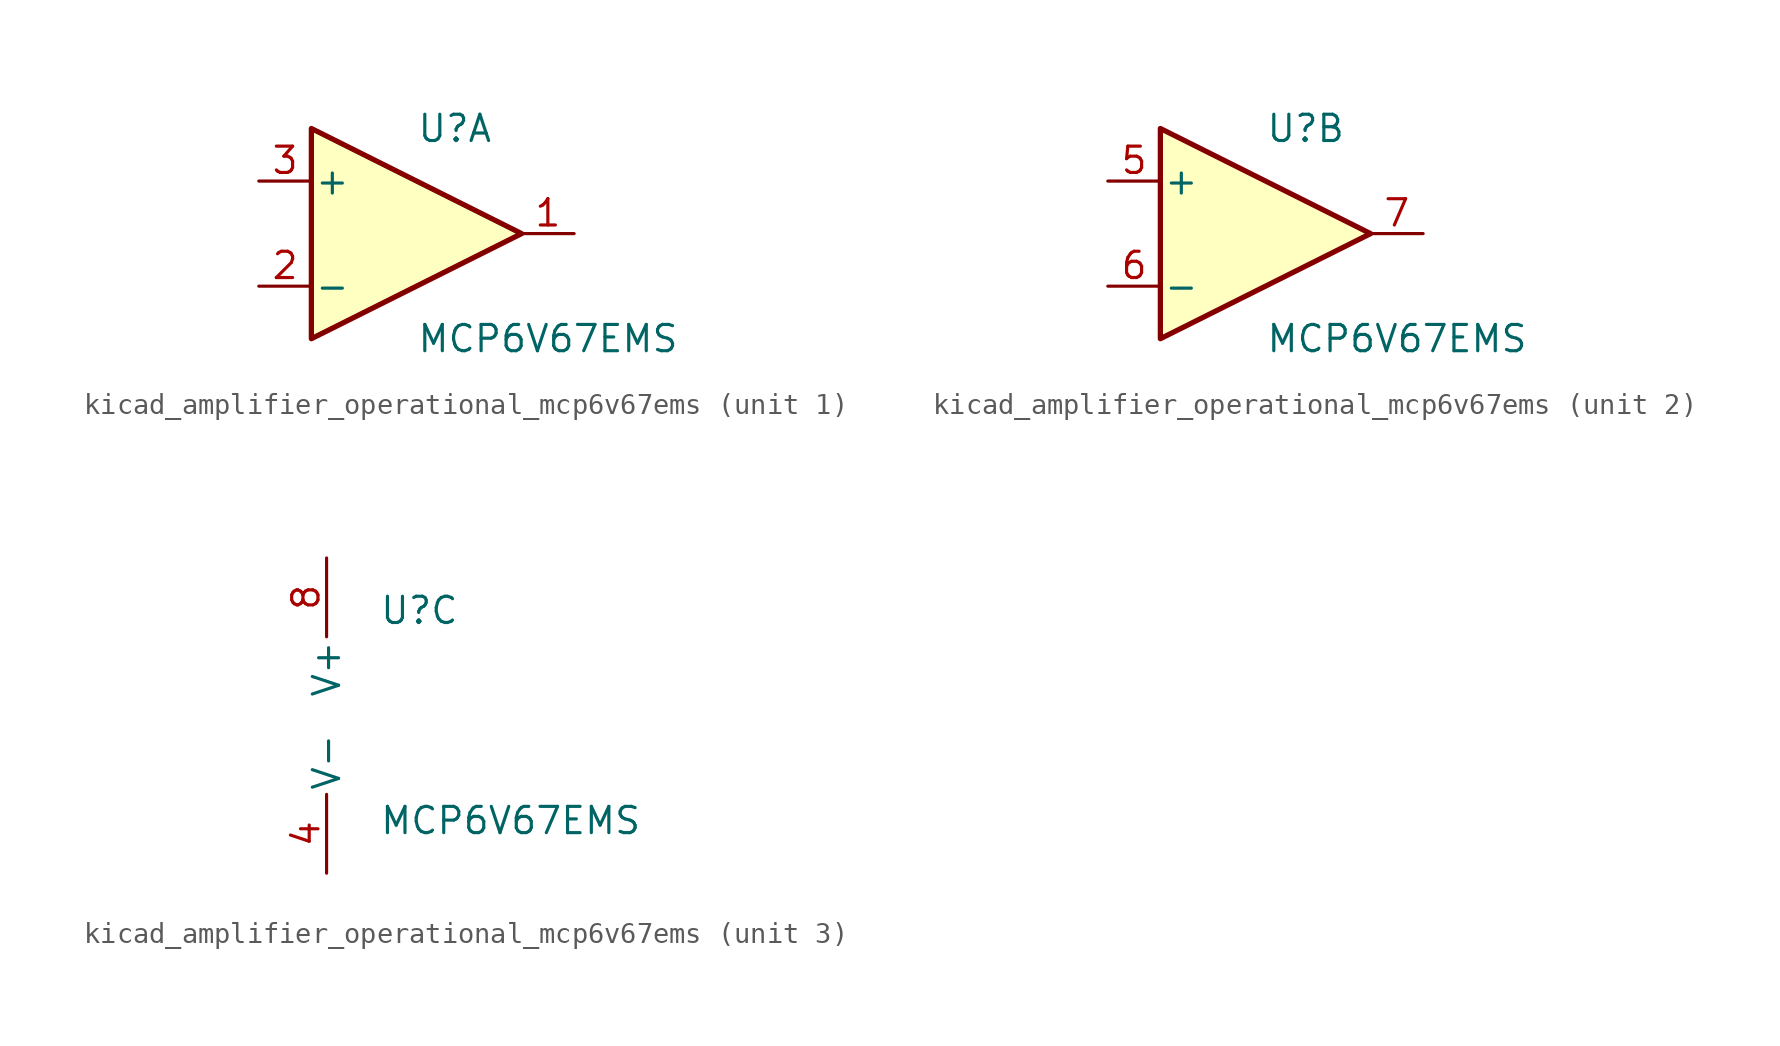
<source format=kicad_sym>
(kicad_symbol_lib
  (version 20220914)
  (generator kicad_symbol_editor)
  (symbol "kicad_amplifier_operational_mcp6v67ems"
    (pin_names
      (offset 0.127))
    (property "Reference" "U"
      (at 0 5.08 0)
      (effects (font (size 1.27 1.27)) (justify left)))
    (property "Value" "MCP6V67EMS"
      (at 0 -5.08 0)
      (effects (font (size 1.27 1.27)) (justify left)))
    (property "ki_locked" ""
      (at 0 0 0)
      (effects (font (size 1.27 1.27))))
    (symbol "kicad_amplifier_operational_mcp6v67ems_1_1"
      (polyline (pts (xy -5.08 5.08) (xy 5.08 0) (xy -5.08 -5.08) (xy -5.08 5.08)) (stroke (width 0.254) (type default)) (fill (type background)))
      (pin output line (at 7.62 0 180) (length 2.54) (name "~" (effects (font (size 1.27 1.27)))) (number "1" (effects (font (size 1.27 1.27)))))
      (pin input line (at -7.62 -2.54 0) (length 2.54) (name "-" (effects (font (size 1.27 1.27)))) (number "2" (effects (font (size 1.27 1.27)))))
      (pin input line (at -7.62 2.54 0) (length 2.54) (name "+" (effects (font (size 1.27 1.27)))) (number "3" (effects (font (size 1.27 1.27))))))
    (symbol "kicad_amplifier_operational_mcp6v67ems_2_1"
      (polyline (pts (xy -5.08 5.08) (xy 5.08 0) (xy -5.08 -5.08) (xy -5.08 5.08)) (stroke (width 0.254) (type default)) (fill (type background)))
      (pin input line (at -7.62 2.54 0) (length 2.54) (name "+" (effects (font (size 1.27 1.27)))) (number "5" (effects (font (size 1.27 1.27)))))
      (pin input line (at -7.62 -2.54 0) (length 2.54) (name "-" (effects (font (size 1.27 1.27)))) (number "6" (effects (font (size 1.27 1.27)))))
      (pin output line (at 7.62 0 180) (length 2.54) (name "~" (effects (font (size 1.27 1.27)))) (number "7" (effects (font (size 1.27 1.27))))))
    (symbol "kicad_amplifier_operational_mcp6v67ems_3_1"
      (pin power_in line (at -2.54 -7.62 90) (length 3.81) (name "V-" (effects (font (size 1.27 1.27)))) (number "4" (effects (font (size 1.27 1.27)))))
      (pin power_in line (at -2.54 7.62 270) (length 3.81) (name "V+" (effects (font (size 1.27 1.27)))) (number "8" (effects (font (size 1.27 1.27))))))))
</source>
